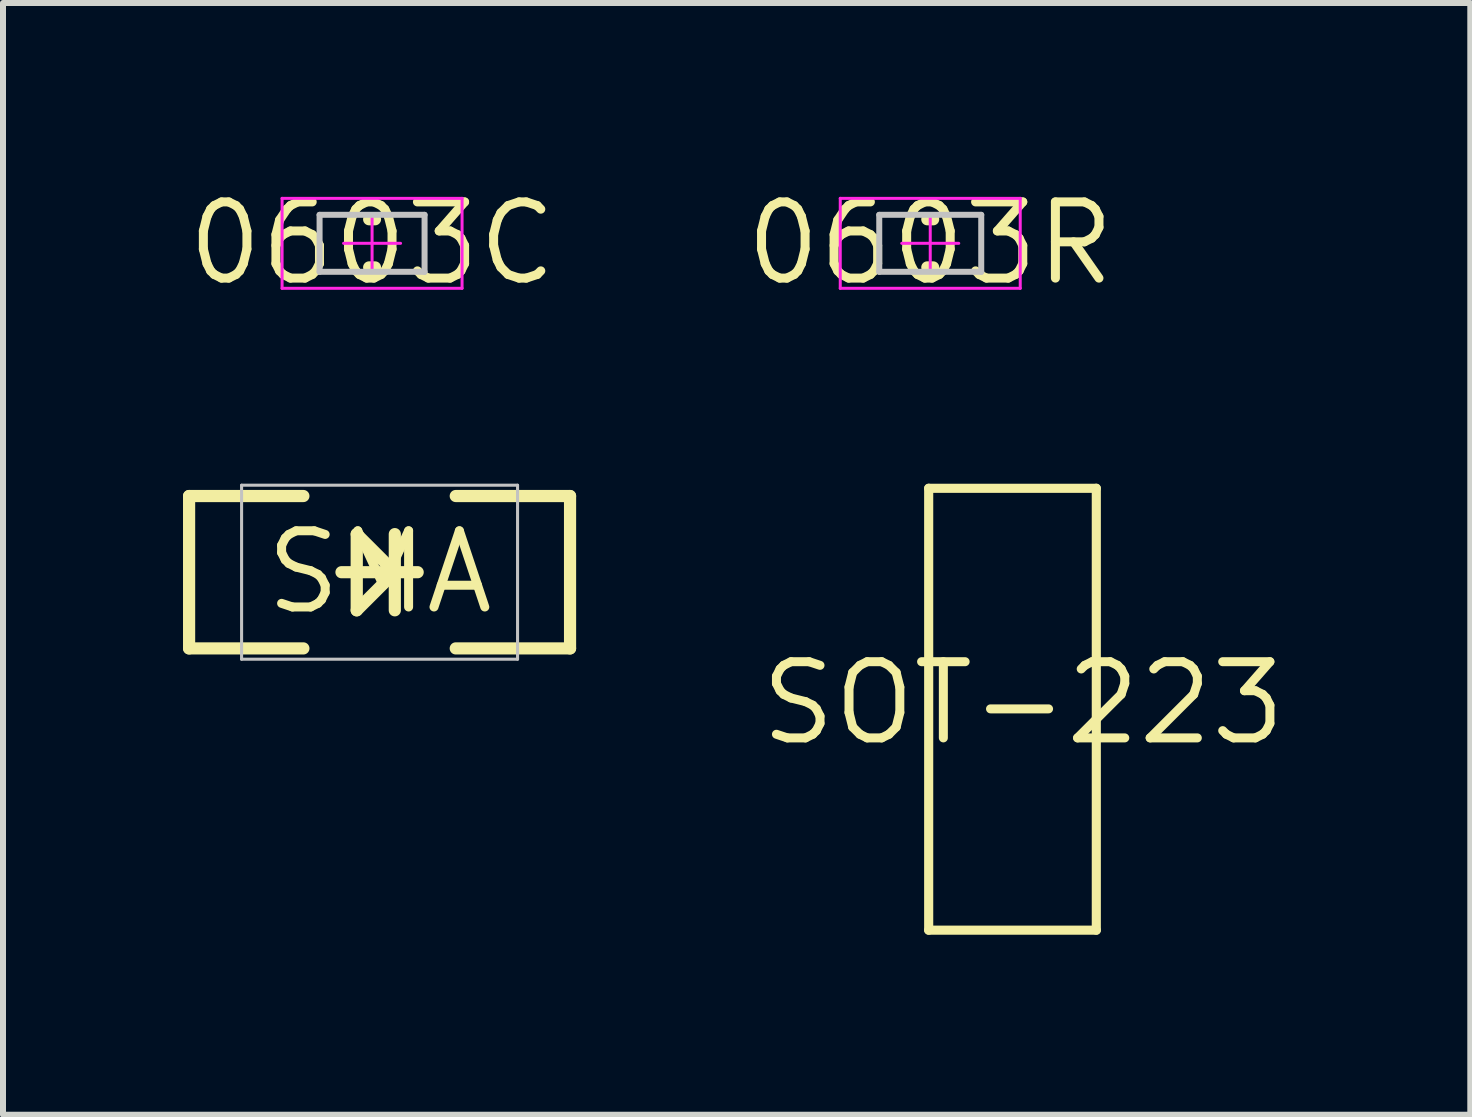
<source format=kicad_pcb>
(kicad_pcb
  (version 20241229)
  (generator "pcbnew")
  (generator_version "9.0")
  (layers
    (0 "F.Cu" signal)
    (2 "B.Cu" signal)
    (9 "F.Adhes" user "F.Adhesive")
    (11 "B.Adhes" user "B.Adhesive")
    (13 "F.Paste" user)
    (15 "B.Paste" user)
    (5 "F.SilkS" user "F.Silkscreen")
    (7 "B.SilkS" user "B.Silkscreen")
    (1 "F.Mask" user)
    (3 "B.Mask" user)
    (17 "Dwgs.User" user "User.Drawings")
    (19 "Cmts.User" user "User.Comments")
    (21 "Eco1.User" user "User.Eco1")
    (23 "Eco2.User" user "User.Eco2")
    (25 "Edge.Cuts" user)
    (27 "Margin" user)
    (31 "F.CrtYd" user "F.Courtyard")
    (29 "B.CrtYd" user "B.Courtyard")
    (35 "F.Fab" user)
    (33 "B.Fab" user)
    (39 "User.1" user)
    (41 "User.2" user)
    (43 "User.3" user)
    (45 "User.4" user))
  (footprint "SOT-223"
    (layer "F.Cu")
    (at 14.005 8.67)
    (property "Reference" "SOT-223" (at 0 0 0) (layer "F.SilkS") (effects (font (size 1.27 1.27) (thickness 0.15))))
    (attr through_hole)
    (fp_line (start -1.575 -3.581) (end 1.219 -3.581) (stroke (width 0.152) (type solid)) (layer "F.SilkS"))
    (fp_line (start -1.575 3.785) (end -1.575 -3.581) (stroke (width 0.152) (type solid)) (layer "F.SilkS"))
    (fp_line (start -1.575 3.785) (end 1.219 3.785) (stroke (width 0.152) (type solid)) (layer "F.SilkS"))
    (fp_line (start 1.219 3.785) (end 1.219 -3.581) (stroke (width 0.152) (type solid)) (layer "F.SilkS")))
  (footprint "SMA"
    (layer "F.Cu")
    (at 3.277 6.488)
    (property "Reference" "SMA" (at 0 0 0) (layer "F.SilkS") (effects (font (size 1.27 1.27) (thickness 0.15))))
    (attr through_hole)
    (fp_line (start -3.175 -1.27) (end -1.27 -1.27) (stroke (width 0.203) (type solid)) (layer "F.SilkS"))
    (fp_line (start -3.175 1.27) (end -3.175 -1.27) (stroke (width 0.203) (type solid)) (layer "F.SilkS"))
    (fp_line (start -3.175 1.27) (end -1.27 1.27) (stroke (width 0.203) (type solid)) (layer "F.SilkS"))
    (fp_line (start -0.635 0) (end 0.635 0) (stroke (width 0.203) (type solid)) (layer "F.SilkS"))
    (fp_line (start -0.381 -0.635) (end 0.254 0) (stroke (width 0.203) (type solid)) (layer "F.SilkS"))
    (fp_line (start -0.381 0.635) (end -0.381 -0.635) (stroke (width 0.203) (type solid)) (layer "F.SilkS"))
    (fp_line (start -0.381 0.635) (end 0.254 0) (stroke (width 0.203) (type solid)) (layer "F.SilkS"))
    (fp_line (start 0.254 0.635) (end 0.254 -0.635) (stroke (width 0.203) (type solid)) (layer "F.SilkS"))
    (fp_line (start 1.27 -1.27) (end 3.175 -1.27) (stroke (width 0.203) (type solid)) (layer "F.SilkS"))
    (fp_line (start 1.27 1.27) (end 3.175 1.27) (stroke (width 0.203) (type solid)) (layer "F.SilkS"))
    (fp_line (start 3.175 1.27) (end 3.175 -1.27) (stroke (width 0.203) (type solid)) (layer "F.SilkS"))
    (fp_line (start -2.3 -1.45) (end 2.3 -1.45) (stroke (width 0.051) (type solid)) (layer "Dwgs.User"))
    (fp_line (start -2.3 1.45) (end -2.3 -1.45) (stroke (width 0.051) (type solid)) (layer "Dwgs.User"))
    (fp_line (start -2.3 1.45) (end 2.3 1.45) (stroke (width 0.051) (type solid)) (layer "Dwgs.User"))
    (fp_line (start 2.3 1.45) (end 2.3 -1.45) (stroke (width 0.051) (type solid)) (layer "Dwgs.User")))
  (footprint "0603C"
    (layer "F.Cu")
    (at 3.152 1.006)
    (property "Reference" "0603C" (at 0 0 0) (layer "F.SilkS") (effects (font (size 1.27 1.27) (thickness 0.15))))
    (attr through_hole)
    (fp_line (start -0.05 -0.4) (end 0.05 -0.4) (stroke (width 0.2) (type solid)) (layer "F.SilkS"))
    (fp_line (start -0.05 0.4) (end 0.05 0.4) (stroke (width 0.2) (type solid)) (layer "F.SilkS"))
    (fp_line (start -0.875 -0.475) (end 0.875 -0.475) (stroke (width 0.1) (type solid)) (layer "Dwgs.User"))
    (fp_line (start -0.875 0.475) (end -0.875 -0.475) (stroke (width 0.1) (type solid)) (layer "Dwgs.User"))
    (fp_line (start -0.875 0.475) (end 0.875 0.475) (stroke (width 0.1) (type solid)) (layer "Dwgs.User"))
    (fp_line (start 0.875 0.475) (end 0.875 -0.475) (stroke (width 0.1) (type solid)) (layer "Dwgs.User"))
    (fp_line (start -1.5 -0.75) (end 1.5 -0.75) (stroke (width 0.05) (type solid)) (layer "F.CrtYd"))
    (fp_line (start -1.5 0.75) (end -1.5 -0.75) (stroke (width 0.05) (type solid)) (layer "F.CrtYd"))
    (fp_line (start -1.5 0.75) (end 1.5 0.75) (stroke (width 0.05) (type solid)) (layer "F.CrtYd"))
    (fp_line (start -0.475 0) (end 0.475 0) (stroke (width 0.05) (type solid)) (layer "F.CrtYd"))
    (fp_line (start 0 0.475) (end 0 -0.475) (stroke (width 0.05) (type solid)) (layer "F.CrtYd"))
    (fp_line (start 1.5 0.75) (end 1.5 -0.75) (stroke (width 0.05) (type solid)) (layer "F.CrtYd")))
  (footprint "0603R"
    (layer "F.Cu")
    (at 12.456 1.006)
    (property "Reference" "0603R" (at 0 0 0) (layer "F.SilkS") (effects (font (size 1.27 1.27) (thickness 0.15))))
    (attr through_hole)
    (fp_line (start -0.05 -0.4) (end 0.05 -0.4) (stroke (width 0.2) (type solid)) (layer "F.SilkS"))
    (fp_line (start -0.05 0.4) (end 0.05 0.4) (stroke (width 0.2) (type solid)) (layer "F.SilkS"))
    (fp_line (start -0.85 -0.475) (end 0.85 -0.475) (stroke (width 0.1) (type solid)) (layer "Dwgs.User"))
    (fp_line (start -0.85 0.475) (end -0.85 -0.475) (stroke (width 0.1) (type solid)) (layer "Dwgs.User"))
    (fp_line (start -0.85 0.475) (end 0.85 0.475) (stroke (width 0.1) (type solid)) (layer "Dwgs.User"))
    (fp_line (start 0.85 0.475) (end 0.85 -0.475) (stroke (width 0.1) (type solid)) (layer "Dwgs.User"))
    (fp_line (start -1.5 -0.75) (end 1.5 -0.75) (stroke (width 0.05) (type solid)) (layer "F.CrtYd"))
    (fp_line (start -1.5 0.75) (end -1.5 -0.75) (stroke (width 0.05) (type solid)) (layer "F.CrtYd"))
    (fp_line (start -1.5 0.75) (end 1.5 0.75) (stroke (width 0.05) (type solid)) (layer "F.CrtYd"))
    (fp_line (start -0.475 0) (end 0.475 0) (stroke (width 0.05) (type solid)) (layer "F.CrtYd"))
    (fp_line (start 0 0.475) (end 0 -0.475) (stroke (width 0.05) (type solid)) (layer "F.CrtYd"))
    (fp_line (start 1.5 0.75) (end 1.5 -0.75) (stroke (width 0.05) (type solid)) (layer "F.CrtYd")))
  (gr_rect
    (start -3 -3)
    (end 21.458 15.531)
    (stroke (width 0.1) (type default))
    (fill no)
    (layer "Edge.Cuts")))
</source>
